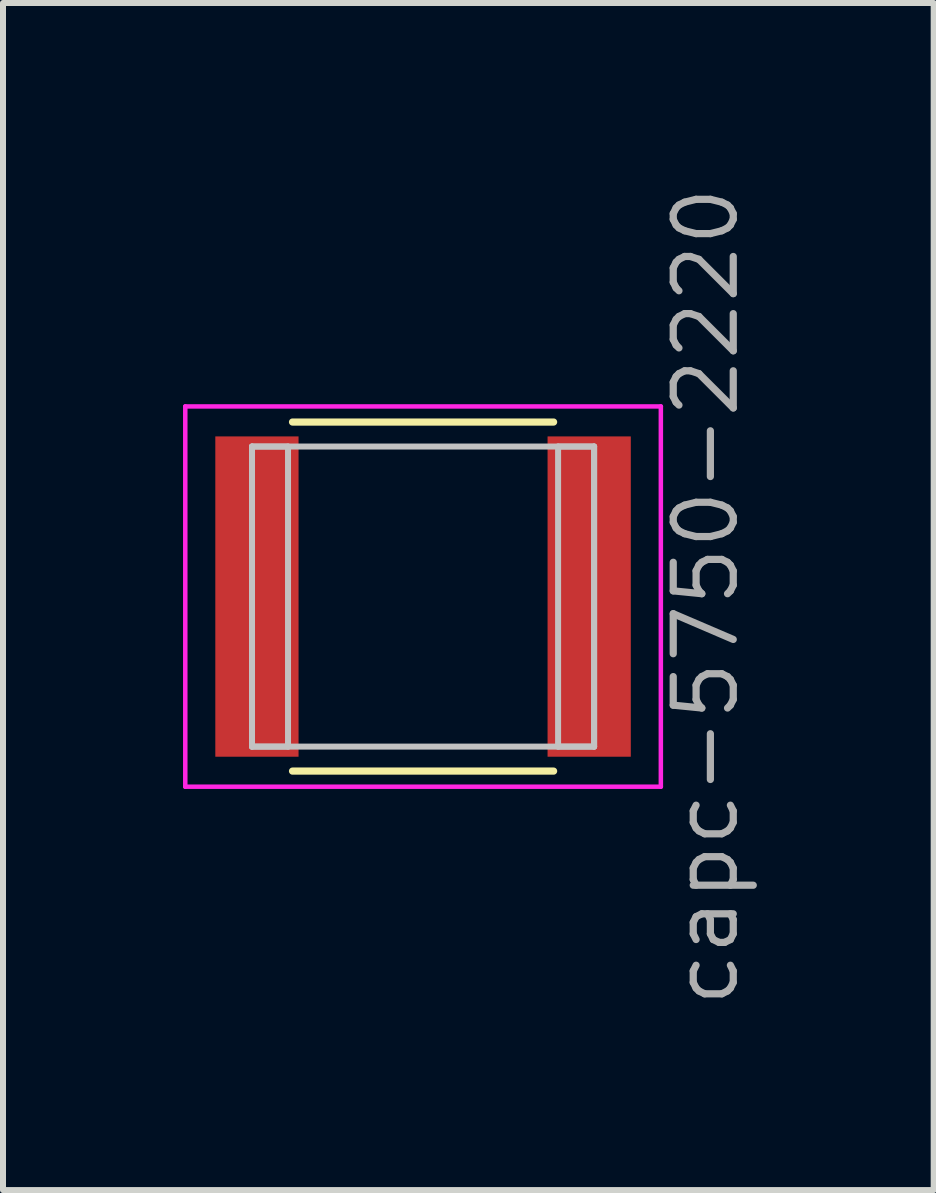
<source format=kicad_pcb>
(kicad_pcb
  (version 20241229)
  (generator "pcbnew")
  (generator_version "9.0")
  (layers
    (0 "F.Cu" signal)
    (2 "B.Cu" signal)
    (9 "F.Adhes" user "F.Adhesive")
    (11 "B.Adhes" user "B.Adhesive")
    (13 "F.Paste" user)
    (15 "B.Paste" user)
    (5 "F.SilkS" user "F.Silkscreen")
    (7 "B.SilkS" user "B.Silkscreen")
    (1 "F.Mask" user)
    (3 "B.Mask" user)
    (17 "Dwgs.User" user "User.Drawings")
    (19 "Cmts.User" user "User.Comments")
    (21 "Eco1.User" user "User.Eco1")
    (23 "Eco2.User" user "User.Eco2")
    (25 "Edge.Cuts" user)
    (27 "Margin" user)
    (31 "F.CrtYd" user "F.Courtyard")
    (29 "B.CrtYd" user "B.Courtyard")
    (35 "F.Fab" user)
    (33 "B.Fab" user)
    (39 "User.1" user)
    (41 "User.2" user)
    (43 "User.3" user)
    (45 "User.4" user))
  (footprint "capc-5750-2220"
    (layer "F.Cu")
    (at 3.999 6.89)
    (property "Reference" "capc-5750-2220" (at 4.712 0 90) (layer "F.Fab") (effects (font (size 1 1) (thickness 0.12))))
    (attr through_hole)
    (fp_line (start -2.175 -2.908) (end 2.175 -2.908) (stroke (width 0.12) (type solid)) (layer "F.SilkS"))
    (fp_line (start -2.175 2.908) (end 2.175 2.908) (stroke (width 0.12) (type solid)) (layer "F.SilkS"))
    (fp_line (start -2.85 -2.5) (end -2.85 2.5) (stroke (width 0.1) (type solid)) (layer "Dwgs.User"))
    (fp_line (start -2.85 -2.5) (end -2.85 2.5) (stroke (width 0.1) (type solid)) (layer "Dwgs.User"))
    (fp_line (start -2.85 2.5) (end -2.25 2.5) (stroke (width 0.1) (type solid)) (layer "Dwgs.User"))
    (fp_line (start -2.85 2.5) (end 2.85 2.5) (stroke (width 0.1) (type solid)) (layer "Dwgs.User"))
    (fp_line (start -2.25 -2.5) (end -2.85 -2.5) (stroke (width 0.1) (type solid)) (layer "Dwgs.User"))
    (fp_line (start -2.25 2.5) (end -2.25 -2.5) (stroke (width 0.1) (type solid)) (layer "Dwgs.User"))
    (fp_line (start 2.25 -2.5) (end 2.25 2.5) (stroke (width 0.1) (type solid)) (layer "Dwgs.User"))
    (fp_line (start 2.25 2.5) (end 2.85 2.5) (stroke (width 0.1) (type solid)) (layer "Dwgs.User"))
    (fp_line (start 2.85 -2.5) (end -2.85 -2.5) (stroke (width 0.1) (type solid)) (layer "Dwgs.User"))
    (fp_line (start 2.85 -2.5) (end 2.25 -2.5) (stroke (width 0.1) (type solid)) (layer "Dwgs.User"))
    (fp_line (start 2.85 2.5) (end 2.85 -2.5) (stroke (width 0.1) (type solid)) (layer "Dwgs.User"))
    (fp_line (start 2.85 2.5) (end 2.85 -2.5) (stroke (width 0.1) (type solid)) (layer "Dwgs.User"))
    (fp_line (start -3.962 -3.168) (end -3.962 3.168) (stroke (width 0.075) (type solid)) (layer "F.CrtYd"))
    (fp_line (start -3.962 3.168) (end 3.962 3.168) (stroke (width 0.075) (type solid)) (layer "F.CrtYd"))
    (fp_line (start 3.962 -3.168) (end -3.962 -3.168) (stroke (width 0.075) (type solid)) (layer "F.CrtYd"))
    (fp_line (start 3.962 3.168) (end 3.962 -3.168) (stroke (width 0.075) (type solid)) (layer "F.CrtYd"))
    (pad "1" smd rect (at -2.768 0) (size 1.387 5.337) (layers "F.Cu" "F.Mask" "F.Paste"))
    (pad "2" smd rect (at 2.768 0) (size 1.387 5.337) (layers "F.Cu" "F.Mask" "F.Paste")))
  (gr_rect
    (start -3 -3)
    (end 12.507 16.779)
    (stroke (width 0.1) (type default))
    (fill no)
    (layer "Edge.Cuts")))
</source>
